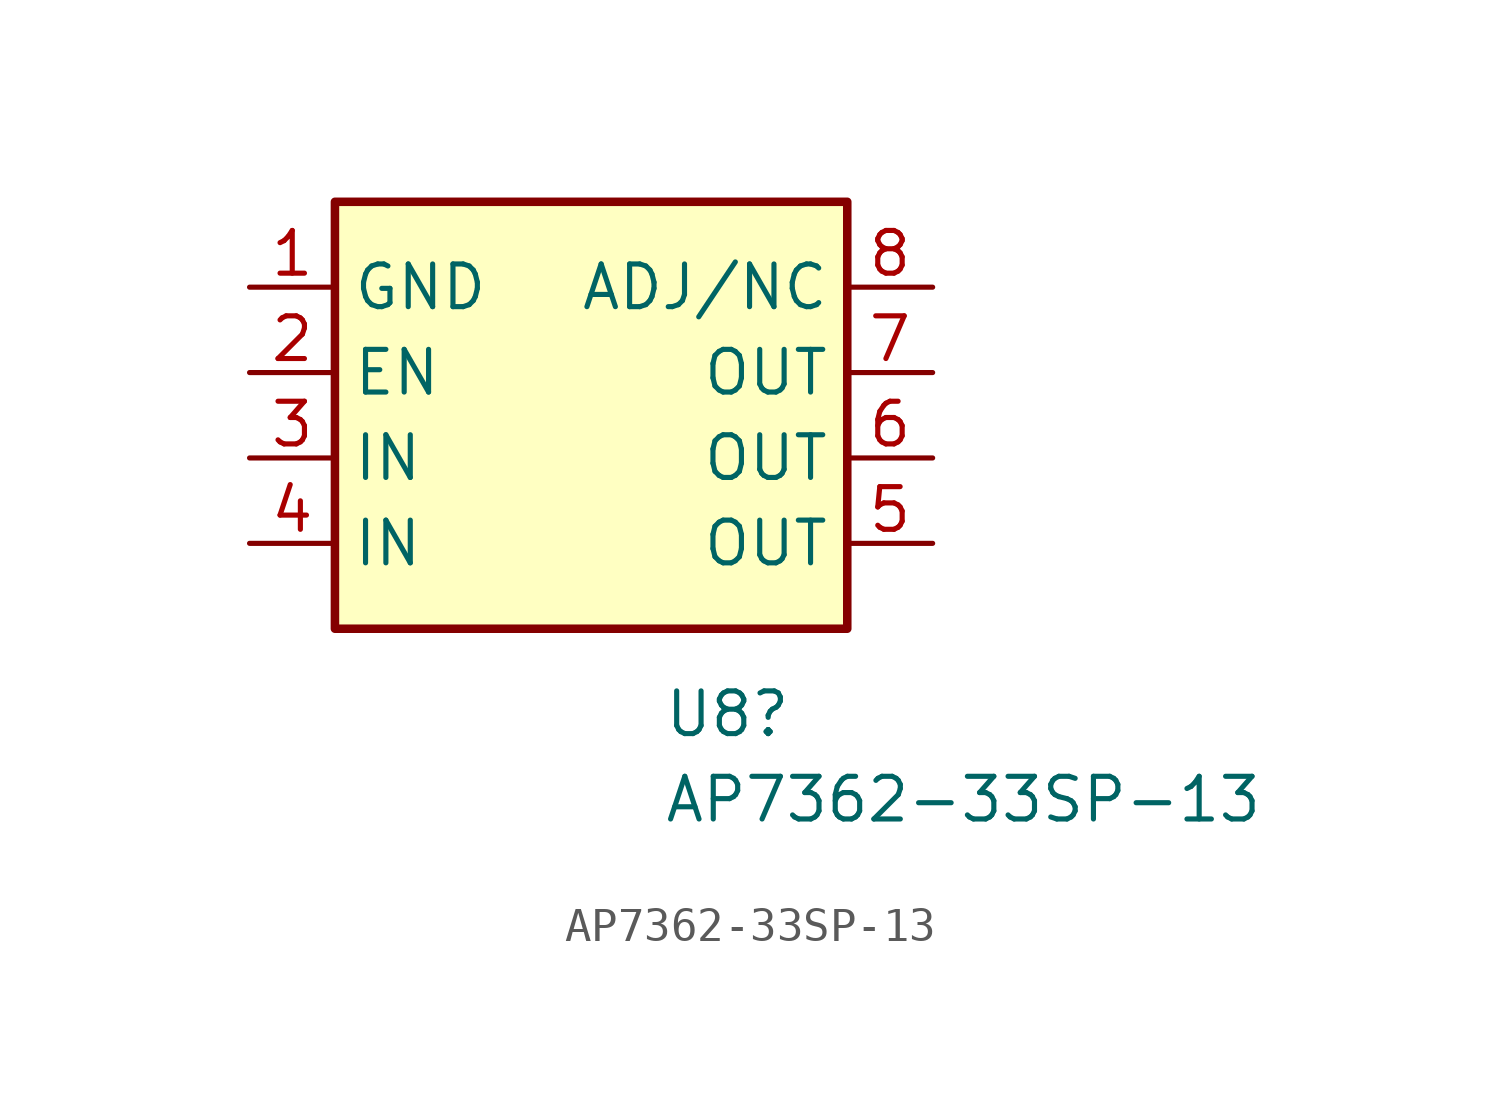
<source format=kicad_sym>
(kicad_symbol_lib
  (version 20241209)
  (generator "kicad_symbol_editor")
  (generator_version "9.0")
  (symbol "AP7362-33SP-13"
    (property "Reference" "U8"
      (at 2.143 -7.62 0)
      (effects (font (size 1.27 1.27)) (justify left)))
    (property "Value" "AP7362-33SP-13"
      (at 2.143 -10.16 0)
      (effects (font (size 1.27 1.27)) (justify left)))
    (symbol "AP7362-33SP-13_0_0"
      (pin passive line (at 0 -7.62 90) (length 2.54) (hide yes) (name "GND" (effects (font (size 1.27 1.27)))) (number "9" (effects (font (size 1.27 1.27))))))
    (symbol "AP7362-33SP-13_0_1"
      (rectangle (start -7.62 7.62) (end 7.62 -5.08) (stroke (width 0.254) (type default)) (fill (type background))))
    (symbol "AP7362-33SP-13_1_0"
      (pin power_in line (at -10.16 5.08 0) (length 2.54) (name "GND" (effects (font (size 1.27 1.27)))) (number "1" (effects (font (size 1.27 1.27)))))
      (pin power_in line (at -10.16 2.54 0) (length 2.54) (name "EN" (effects (font (size 1.27 1.27)))) (number "2" (effects (font (size 1.27 1.27)))))
      (pin power_in line (at -10.16 0 0) (length 2.54) (name "IN" (effects (font (size 1.27 1.27)))) (number "3" (effects (font (size 1.27 1.27)))))
      (pin power_in line (at -10.16 -2.54 0) (length 2.54) (name "IN" (effects (font (size 1.27 1.27)))) (number "4" (effects (font (size 1.27 1.27)))))
      (pin input line (at 10.16 5.08 180) (length 2.54) (name "ADJ/NC" (effects (font (size 1.27 1.27)))) (number "8" (effects (font (size 1.27 1.27)))))
      (pin power_out line (at 10.16 2.54 180) (length 2.54) (name "OUT" (effects (font (size 1.27 1.27)))) (number "7" (effects (font (size 1.27 1.27)))))
      (pin power_out line (at 10.16 0 180) (length 2.54) (name "OUT" (effects (font (size 1.27 1.27)))) (number "6" (effects (font (size 1.27 1.27)))))
      (pin power_out line (at 10.16 -2.54 180) (length 2.54) (name "OUT" (effects (font (size 1.27 1.27)))) (number "5" (effects (font (size 1.27 1.27))))))))
</source>
